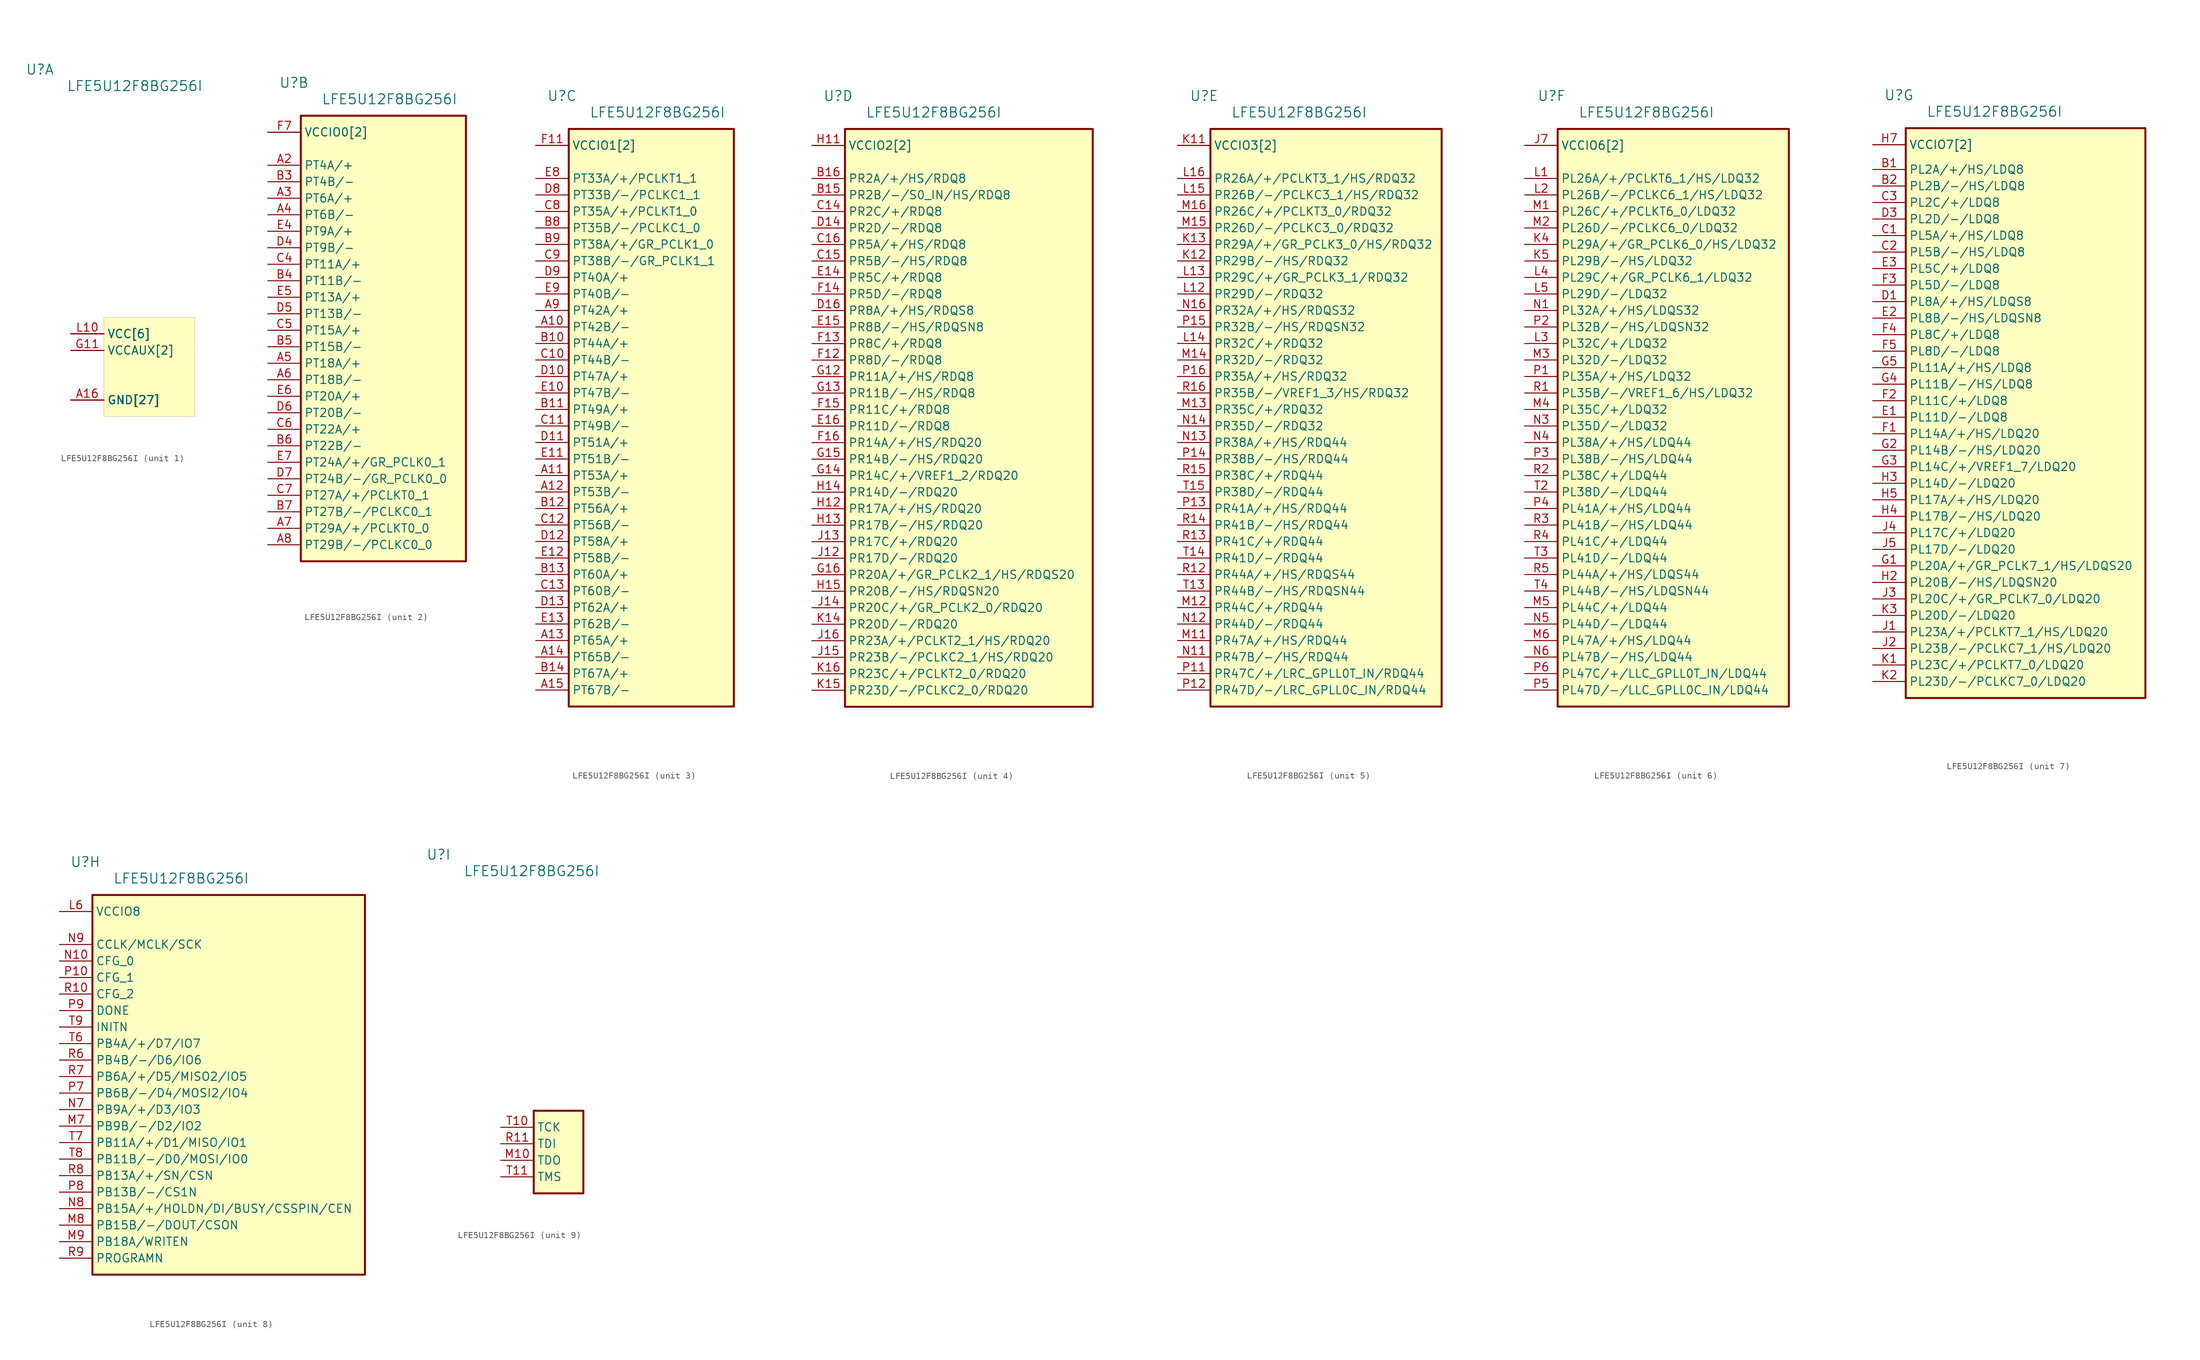
<source format=kicad_sym>
(kicad_symbol_lib
  (version 20231120)
  (generator "kicad_symbol_editor")
  (generator_version "8.0")
  (symbol "LFE5U12F8BG256I"
    (property "Reference" "U"
      (at -15.24 45.72 0)
      (effects (font (size 1.524 1.524)) (justify right)))
    (property "Value" "LFE5U12F8BG256I"
      (at 7.62 43.18 0)
      (effects (font (size 1.524 1.524)) (justify right)))
    (property "ki_locked" ""
      (at 0 0 0)
      (effects (font (size 1.27 1.27))))
    (symbol "LFE5U12F8BG256I_1_1"
      (rectangle (start -7.62 7.62) (end 6.35 -7.62) (stroke (width 0.001) (type default)) (fill (type background)))
      (pin power_in line (at -12.7 -5.08 0) (length 5.08) (name "GND[27]" (effects (font (size 1.27 1.27)))) (number "A1" (effects (font (size 0 0)))))
      (pin power_in line (at -12.7 -5.08 0) (length 5.08) (name "GND[27]" (effects (font (size 1.27 1.27)))) (number "A16" (effects (font (size 1.27 1.27)))))
      (pin power_in line (at -12.7 -5.08 0) (length 5.08) (name "GND[27]" (effects (font (size 1.27 1.27)))) (number "D15" (effects (font (size 0 0)))))
      (pin power_in line (at -12.7 -5.08 0) (length 5.08) (name "GND[27]" (effects (font (size 1.27 1.27)))) (number "D2" (effects (font (size 0 0)))))
      (pin power_in line (at -12.7 -5.08 0) (length 5.08) (name "GND[27]" (effects (font (size 1.27 1.27)))) (number "F8" (effects (font (size 0 0)))))
      (pin power_in line (at -12.7 -5.08 0) (length 5.08) (name "GND[27]" (effects (font (size 1.27 1.27)))) (number "F9" (effects (font (size 0 0)))))
      (pin power_in line (at -12.7 -5.08 0) (length 5.08) (name "GND[27]" (effects (font (size 1.27 1.27)))) (number "G10" (effects (font (size 0 0)))))
      (pin power_in line (at -12.7 2.54 0) (length 5.08) (name "VCCAUX[2]" (effects (font (size 1.27 1.27)))) (number "G11" (effects (font (size 1.27 1.27)))))
      (pin power_in line (at -12.7 5.08 0) (length 5.08) (name "VCC[6]" (effects (font (size 1.27 1.27)))) (number "G6" (effects (font (size 0 0)))))
      (pin power_in line (at -12.7 5.08 0) (length 5.08) (name "VCC[6]" (effects (font (size 1.27 1.27)))) (number "G7" (effects (font (size 0 0)))))
      (pin power_in line (at -12.7 -5.08 0) (length 5.08) (name "GND[27]" (effects (font (size 1.27 1.27)))) (number "G8" (effects (font (size 0 0)))))
      (pin power_in line (at -12.7 5.08 0) (length 5.08) (name "VCC[6]" (effects (font (size 1.27 1.27)))) (number "G9" (effects (font (size 0 0)))))
      (pin power_in line (at -12.7 -5.08 0) (length 5.08) (name "GND[27]" (effects (font (size 1.27 1.27)))) (number "H1" (effects (font (size 0 0)))))
      (pin power_in line (at -12.7 -5.08 0) (length 5.08) (name "GND[27]" (effects (font (size 1.27 1.27)))) (number "H10" (effects (font (size 0 0)))))
      (pin power_in line (at -12.7 -5.08 0) (length 5.08) (name "GND[27]" (effects (font (size 1.27 1.27)))) (number "H16" (effects (font (size 0 0)))))
      (pin power_in line (at -12.7 -5.08 0) (length 5.08) (name "GND[27]" (effects (font (size 1.27 1.27)))) (number "H8" (effects (font (size 0 0)))))
      (pin power_in line (at -12.7 -5.08 0) (length 5.08) (name "GND[27]" (effects (font (size 1.27 1.27)))) (number "H9" (effects (font (size 0 0)))))
      (pin power_in line (at -12.7 -5.08 0) (length 5.08) (name "GND[27]" (effects (font (size 1.27 1.27)))) (number "J10" (effects (font (size 0 0)))))
      (pin power_in line (at -12.7 -5.08 0) (length 5.08) (name "GND[27]" (effects (font (size 1.27 1.27)))) (number "J8" (effects (font (size 0 0)))))
      (pin power_in line (at -12.7 -5.08 0) (length 5.08) (name "GND[27]" (effects (font (size 1.27 1.27)))) (number "J9" (effects (font (size 0 0)))))
      (pin power_in line (at -12.7 -5.08 0) (length 5.08) (name "GND[27]" (effects (font (size 1.27 1.27)))) (number "K10" (effects (font (size 0 0)))))
      (pin power_in line (at -12.7 -5.08 0) (length 5.08) (name "GND[27]" (effects (font (size 1.27 1.27)))) (number "K6" (effects (font (size 0 0)))))
      (pin power_in line (at -12.7 -5.08 0) (length 5.08) (name "GND[27]" (effects (font (size 1.27 1.27)))) (number "K7" (effects (font (size 0 0)))))
      (pin power_in line (at -12.7 -5.08 0) (length 5.08) (name "GND[27]" (effects (font (size 1.27 1.27)))) (number "K8" (effects (font (size 0 0)))))
      (pin power_in line (at -12.7 -5.08 0) (length 5.08) (name "GND[27]" (effects (font (size 1.27 1.27)))) (number "K9" (effects (font (size 0 0)))))
      (pin power_in line (at -12.7 5.08 0) (length 5.08) (name "VCC[6]" (effects (font (size 1.27 1.27)))) (number "L10" (effects (font (size 1.27 1.27)))))
      (pin power_in line (at -12.7 2.54 0) (length 5.08) (name "VCCAUX[2]" (effects (font (size 1.27 1.27)))) (number "L7" (effects (font (size 0 0)))))
      (pin power_in line (at -12.7 5.08 0) (length 5.08) (name "VCC[6]" (effects (font (size 1.27 1.27)))) (number "L8" (effects (font (size 0 0)))))
      (pin power_in line (at -12.7 5.08 0) (length 5.08) (name "VCC[6]" (effects (font (size 1.27 1.27)))) (number "L9" (effects (font (size 0 0)))))
      (pin power_in line (at -12.7 -5.08 0) (length 5.08) (name "GND[27]" (effects (font (size 1.27 1.27)))) (number "N15" (effects (font (size 0 0)))))
      (pin power_in line (at -12.7 -5.08 0) (length 5.08) (name "GND[27]" (effects (font (size 1.27 1.27)))) (number "N2" (effects (font (size 0 0)))))
      (pin power_in line (at -12.7 -5.08 0) (length 5.08) (name "GND[27]" (effects (font (size 1.27 1.27)))) (number "T1" (effects (font (size 0 0)))))
      (pin power_in line (at -12.7 -5.08 0) (length 5.08) (name "GND[27]" (effects (font (size 1.27 1.27)))) (number "T12" (effects (font (size 0 0)))))
      (pin power_in line (at -12.7 -5.08 0) (length 5.08) (name "GND[27]" (effects (font (size 1.27 1.27)))) (number "T16" (effects (font (size 0 0)))))
      (pin power_in line (at -12.7 -5.08 0) (length 5.08) (name "GND[27]" (effects (font (size 1.27 1.27)))) (number "T5" (effects (font (size 0 0))))))
    (symbol "LFE5U12F8BG256I_2_1"
      (rectangle (start -16.51 40.64) (end 8.89 -27.94) (stroke (width 0.305) (type default)) (fill (type background)))
      (pin bidirectional line (at -21.59 33.02 0) (length 5.08) (name "PT4A/+" (effects (font (size 1.27 1.27)))) (number "A2" (effects (font (size 1.27 1.27)))))
      (pin bidirectional line (at -21.59 27.94 0) (length 5.08) (name "PT6A/+" (effects (font (size 1.27 1.27)))) (number "A3" (effects (font (size 1.27 1.27)))))
      (pin bidirectional line (at -21.59 25.4 0) (length 5.08) (name "PT6B/-" (effects (font (size 1.27 1.27)))) (number "A4" (effects (font (size 1.27 1.27)))))
      (pin bidirectional line (at -21.59 2.54 0) (length 5.08) (name "PT18A/+" (effects (font (size 1.27 1.27)))) (number "A5" (effects (font (size 1.27 1.27)))))
      (pin bidirectional line (at -21.59 0 0) (length 5.08) (name "PT18B/-" (effects (font (size 1.27 1.27)))) (number "A6" (effects (font (size 1.27 1.27)))))
      (pin bidirectional line (at -21.59 -22.86 0) (length 5.08) (name "PT29A/+/PCLKT0_0" (effects (font (size 1.27 1.27)))) (number "A7" (effects (font (size 1.27 1.27)))))
      (pin bidirectional line (at -21.59 -25.4 0) (length 5.08) (name "PT29B/-/PCLKC0_0" (effects (font (size 1.27 1.27)))) (number "A8" (effects (font (size 1.27 1.27)))))
      (pin bidirectional line (at -21.59 30.48 0) (length 5.08) (name "PT4B/-" (effects (font (size 1.27 1.27)))) (number "B3" (effects (font (size 1.27 1.27)))))
      (pin bidirectional line (at -21.59 15.24 0) (length 5.08) (name "PT11B/-" (effects (font (size 1.27 1.27)))) (number "B4" (effects (font (size 1.27 1.27)))))
      (pin bidirectional line (at -21.59 5.08 0) (length 5.08) (name "PT15B/-" (effects (font (size 1.27 1.27)))) (number "B5" (effects (font (size 1.27 1.27)))))
      (pin bidirectional line (at -21.59 -10.16 0) (length 5.08) (name "PT22B/-" (effects (font (size 1.27 1.27)))) (number "B6" (effects (font (size 1.27 1.27)))))
      (pin bidirectional line (at -21.59 -20.32 0) (length 5.08) (name "PT27B/-/PCLKC0_1" (effects (font (size 1.27 1.27)))) (number "B7" (effects (font (size 1.27 1.27)))))
      (pin bidirectional line (at -21.59 17.78 0) (length 5.08) (name "PT11A/+" (effects (font (size 1.27 1.27)))) (number "C4" (effects (font (size 1.27 1.27)))))
      (pin bidirectional line (at -21.59 7.62 0) (length 5.08) (name "PT15A/+" (effects (font (size 1.27 1.27)))) (number "C5" (effects (font (size 1.27 1.27)))))
      (pin bidirectional line (at -21.59 -7.62 0) (length 5.08) (name "PT22A/+" (effects (font (size 1.27 1.27)))) (number "C6" (effects (font (size 1.27 1.27)))))
      (pin bidirectional line (at -21.59 -17.78 0) (length 5.08) (name "PT27A/+/PCLKT0_1" (effects (font (size 1.27 1.27)))) (number "C7" (effects (font (size 1.27 1.27)))))
      (pin bidirectional line (at -21.59 20.32 0) (length 5.08) (name "PT9B/-" (effects (font (size 1.27 1.27)))) (number "D4" (effects (font (size 1.27 1.27)))))
      (pin bidirectional line (at -21.59 10.16 0) (length 5.08) (name "PT13B/-" (effects (font (size 1.27 1.27)))) (number "D5" (effects (font (size 1.27 1.27)))))
      (pin bidirectional line (at -21.59 -5.08 0) (length 5.08) (name "PT20B/-" (effects (font (size 1.27 1.27)))) (number "D6" (effects (font (size 1.27 1.27)))))
      (pin bidirectional line (at -21.59 -15.24 0) (length 5.08) (name "PT24B/-/GR_PCLK0_0" (effects (font (size 1.27 1.27)))) (number "D7" (effects (font (size 1.27 1.27)))))
      (pin bidirectional line (at -21.59 22.86 0) (length 5.08) (name "PT9A/+" (effects (font (size 1.27 1.27)))) (number "E4" (effects (font (size 1.27 1.27)))))
      (pin bidirectional line (at -21.59 12.7 0) (length 5.08) (name "PT13A/+" (effects (font (size 1.27 1.27)))) (number "E5" (effects (font (size 1.27 1.27)))))
      (pin bidirectional line (at -21.59 -2.54 0) (length 5.08) (name "PT20A/+" (effects (font (size 1.27 1.27)))) (number "E6" (effects (font (size 1.27 1.27)))))
      (pin bidirectional line (at -21.59 -12.7 0) (length 5.08) (name "PT24A/+/GR_PCLK0_1" (effects (font (size 1.27 1.27)))) (number "E7" (effects (font (size 1.27 1.27)))))
      (pin power_in line (at -21.59 38.1 0) (length 5.08) (name "VCCIO0[2]" (effects (font (size 1.27 1.27)))) (number "F6" (effects (font (size 0 0)))))
      (pin power_in line (at -21.59 38.1 0) (length 5.08) (name "VCCIO0[2]" (effects (font (size 1.27 1.27)))) (number "F7" (effects (font (size 1.27 1.27))))))
    (symbol "LFE5U12F8BG256I_3_1"
      (rectangle (start -16.51 40.64) (end 8.89 -48.26) (stroke (width 0.305) (type default)) (fill (type background)))
      (pin bidirectional line (at -21.59 10.16 0) (length 5.08) (name "PT42B/-" (effects (font (size 1.27 1.27)))) (number "A10" (effects (font (size 1.27 1.27)))))
      (pin bidirectional line (at -21.59 -12.7 0) (length 5.08) (name "PT53A/+" (effects (font (size 1.27 1.27)))) (number "A11" (effects (font (size 1.27 1.27)))))
      (pin bidirectional line (at -21.59 -15.24 0) (length 5.08) (name "PT53B/-" (effects (font (size 1.27 1.27)))) (number "A12" (effects (font (size 1.27 1.27)))))
      (pin bidirectional line (at -21.59 -38.1 0) (length 5.08) (name "PT65A/+" (effects (font (size 1.27 1.27)))) (number "A13" (effects (font (size 1.27 1.27)))))
      (pin bidirectional line (at -21.59 -40.64 0) (length 5.08) (name "PT65B/-" (effects (font (size 1.27 1.27)))) (number "A14" (effects (font (size 1.27 1.27)))))
      (pin bidirectional line (at -21.59 -45.72 0) (length 5.08) (name "PT67B/-" (effects (font (size 1.27 1.27)))) (number "A15" (effects (font (size 1.27 1.27)))))
      (pin bidirectional line (at -21.59 12.7 0) (length 5.08) (name "PT42A/+" (effects (font (size 1.27 1.27)))) (number "A9" (effects (font (size 1.27 1.27)))))
      (pin bidirectional line (at -21.59 7.62 0) (length 5.08) (name "PT44A/+" (effects (font (size 1.27 1.27)))) (number "B10" (effects (font (size 1.27 1.27)))))
      (pin bidirectional line (at -21.59 -2.54 0) (length 5.08) (name "PT49A/+" (effects (font (size 1.27 1.27)))) (number "B11" (effects (font (size 1.27 1.27)))))
      (pin bidirectional line (at -21.59 -17.78 0) (length 5.08) (name "PT56A/+" (effects (font (size 1.27 1.27)))) (number "B12" (effects (font (size 1.27 1.27)))))
      (pin bidirectional line (at -21.59 -27.94 0) (length 5.08) (name "PT60A/+" (effects (font (size 1.27 1.27)))) (number "B13" (effects (font (size 1.27 1.27)))))
      (pin bidirectional line (at -21.59 -43.18 0) (length 5.08) (name "PT67A/+" (effects (font (size 1.27 1.27)))) (number "B14" (effects (font (size 1.27 1.27)))))
      (pin bidirectional line (at -21.59 25.4 0) (length 5.08) (name "PT35B/-/PCLKC1_0" (effects (font (size 1.27 1.27)))) (number "B8" (effects (font (size 1.27 1.27)))))
      (pin bidirectional line (at -21.59 22.86 0) (length 5.08) (name "PT38A/+/GR_PCLK1_0" (effects (font (size 1.27 1.27)))) (number "B9" (effects (font (size 1.27 1.27)))))
      (pin bidirectional line (at -21.59 5.08 0) (length 5.08) (name "PT44B/-" (effects (font (size 1.27 1.27)))) (number "C10" (effects (font (size 1.27 1.27)))))
      (pin bidirectional line (at -21.59 -5.08 0) (length 5.08) (name "PT49B/-" (effects (font (size 1.27 1.27)))) (number "C11" (effects (font (size 1.27 1.27)))))
      (pin bidirectional line (at -21.59 -20.32 0) (length 5.08) (name "PT56B/-" (effects (font (size 1.27 1.27)))) (number "C12" (effects (font (size 1.27 1.27)))))
      (pin bidirectional line (at -21.59 -30.48 0) (length 5.08) (name "PT60B/-" (effects (font (size 1.27 1.27)))) (number "C13" (effects (font (size 1.27 1.27)))))
      (pin bidirectional line (at -21.59 27.94 0) (length 5.08) (name "PT35A/+/PCLKT1_0" (effects (font (size 1.27 1.27)))) (number "C8" (effects (font (size 1.27 1.27)))))
      (pin bidirectional line (at -21.59 20.32 0) (length 5.08) (name "PT38B/-/GR_PCLK1_1" (effects (font (size 1.27 1.27)))) (number "C9" (effects (font (size 1.27 1.27)))))
      (pin bidirectional line (at -21.59 2.54 0) (length 5.08) (name "PT47A/+" (effects (font (size 1.27 1.27)))) (number "D10" (effects (font (size 1.27 1.27)))))
      (pin bidirectional line (at -21.59 -7.62 0) (length 5.08) (name "PT51A/+" (effects (font (size 1.27 1.27)))) (number "D11" (effects (font (size 1.27 1.27)))))
      (pin bidirectional line (at -21.59 -22.86 0) (length 5.08) (name "PT58A/+" (effects (font (size 1.27 1.27)))) (number "D12" (effects (font (size 1.27 1.27)))))
      (pin bidirectional line (at -21.59 -33.02 0) (length 5.08) (name "PT62A/+" (effects (font (size 1.27 1.27)))) (number "D13" (effects (font (size 1.27 1.27)))))
      (pin bidirectional line (at -21.59 30.48 0) (length 5.08) (name "PT33B/-/PCLKC1_1" (effects (font (size 1.27 1.27)))) (number "D8" (effects (font (size 1.27 1.27)))))
      (pin bidirectional line (at -21.59 17.78 0) (length 5.08) (name "PT40A/+" (effects (font (size 1.27 1.27)))) (number "D9" (effects (font (size 1.27 1.27)))))
      (pin bidirectional line (at -21.59 0 0) (length 5.08) (name "PT47B/-" (effects (font (size 1.27 1.27)))) (number "E10" (effects (font (size 1.27 1.27)))))
      (pin bidirectional line (at -21.59 -10.16 0) (length 5.08) (name "PT51B/-" (effects (font (size 1.27 1.27)))) (number "E11" (effects (font (size 1.27 1.27)))))
      (pin bidirectional line (at -21.59 -25.4 0) (length 5.08) (name "PT58B/-" (effects (font (size 1.27 1.27)))) (number "E12" (effects (font (size 1.27 1.27)))))
      (pin bidirectional line (at -21.59 -35.56 0) (length 5.08) (name "PT62B/-" (effects (font (size 1.27 1.27)))) (number "E13" (effects (font (size 1.27 1.27)))))
      (pin bidirectional line (at -21.59 33.02 0) (length 5.08) (name "PT33A/+/PCLKT1_1" (effects (font (size 1.27 1.27)))) (number "E8" (effects (font (size 1.27 1.27)))))
      (pin bidirectional line (at -21.59 15.24 0) (length 5.08) (name "PT40B/-" (effects (font (size 1.27 1.27)))) (number "E9" (effects (font (size 1.27 1.27)))))
      (pin power_in line (at -21.59 38.1 0) (length 5.08) (name "VCCIO1[2]" (effects (font (size 1.27 1.27)))) (number "F10" (effects (font (size 0 0)))))
      (pin power_in line (at -21.59 38.1 0) (length 5.08) (name "VCCIO1[2]" (effects (font (size 1.27 1.27)))) (number "F11" (effects (font (size 1.27 1.27))))))
    (symbol "LFE5U12F8BG256I_4_1"
      (rectangle (start -16.51 40.64) (end 21.59 -48.26) (stroke (width 0.305) (type default)) (fill (type background)))
      (pin bidirectional line (at -21.59 30.48 0) (length 5.08) (name "PR2B/-/S0_IN/HS/RDQ8" (effects (font (size 1.27 1.27)))) (number "B15" (effects (font (size 1.27 1.27)))))
      (pin bidirectional line (at -21.59 33.02 0) (length 5.08) (name "PR2A/+/HS/RDQ8" (effects (font (size 1.27 1.27)))) (number "B16" (effects (font (size 1.27 1.27)))))
      (pin bidirectional line (at -21.59 27.94 0) (length 5.08) (name "PR2C/+/RDQ8" (effects (font (size 1.27 1.27)))) (number "C14" (effects (font (size 1.27 1.27)))))
      (pin bidirectional line (at -21.59 20.32 0) (length 5.08) (name "PR5B/-/HS/RDQ8" (effects (font (size 1.27 1.27)))) (number "C15" (effects (font (size 1.27 1.27)))))
      (pin bidirectional line (at -21.59 22.86 0) (length 5.08) (name "PR5A/+/HS/RDQ8" (effects (font (size 1.27 1.27)))) (number "C16" (effects (font (size 1.27 1.27)))))
      (pin bidirectional line (at -21.59 25.4 0) (length 5.08) (name "PR2D/-/RDQ8" (effects (font (size 1.27 1.27)))) (number "D14" (effects (font (size 1.27 1.27)))))
      (pin bidirectional line (at -21.59 12.7 0) (length 5.08) (name "PR8A/+/HS/RDQS8" (effects (font (size 1.27 1.27)))) (number "D16" (effects (font (size 1.27 1.27)))))
      (pin bidirectional line (at -21.59 17.78 0) (length 5.08) (name "PR5C/+/RDQ8" (effects (font (size 1.27 1.27)))) (number "E14" (effects (font (size 1.27 1.27)))))
      (pin bidirectional line (at -21.59 10.16 0) (length 5.08) (name "PR8B/-/HS/RDQSN8" (effects (font (size 1.27 1.27)))) (number "E15" (effects (font (size 1.27 1.27)))))
      (pin bidirectional line (at -21.59 -5.08 0) (length 5.08) (name "PR11D/-/RDQ8" (effects (font (size 1.27 1.27)))) (number "E16" (effects (font (size 1.27 1.27)))))
      (pin bidirectional line (at -21.59 5.08 0) (length 5.08) (name "PR8D/-/RDQ8" (effects (font (size 1.27 1.27)))) (number "F12" (effects (font (size 1.27 1.27)))))
      (pin bidirectional line (at -21.59 7.62 0) (length 5.08) (name "PR8C/+/RDQ8" (effects (font (size 1.27 1.27)))) (number "F13" (effects (font (size 1.27 1.27)))))
      (pin bidirectional line (at -21.59 15.24 0) (length 5.08) (name "PR5D/-/RDQ8" (effects (font (size 1.27 1.27)))) (number "F14" (effects (font (size 1.27 1.27)))))
      (pin bidirectional line (at -21.59 -2.54 0) (length 5.08) (name "PR11C/+/RDQ8" (effects (font (size 1.27 1.27)))) (number "F15" (effects (font (size 1.27 1.27)))))
      (pin bidirectional line (at -21.59 -7.62 0) (length 5.08) (name "PR14A/+/HS/RDQ20" (effects (font (size 1.27 1.27)))) (number "F16" (effects (font (size 1.27 1.27)))))
      (pin bidirectional line (at -21.59 2.54 0) (length 5.08) (name "PR11A/+/HS/RDQ8" (effects (font (size 1.27 1.27)))) (number "G12" (effects (font (size 1.27 1.27)))))
      (pin bidirectional line (at -21.59 0 0) (length 5.08) (name "PR11B/-/HS/RDQ8" (effects (font (size 1.27 1.27)))) (number "G13" (effects (font (size 1.27 1.27)))))
      (pin bidirectional line (at -21.59 -12.7 0) (length 5.08) (name "PR14C/+/VREF1_2/RDQ20" (effects (font (size 1.27 1.27)))) (number "G14" (effects (font (size 1.27 1.27)))))
      (pin bidirectional line (at -21.59 -10.16 0) (length 5.08) (name "PR14B/-/HS/RDQ20" (effects (font (size 1.27 1.27)))) (number "G15" (effects (font (size 1.27 1.27)))))
      (pin bidirectional line (at -21.59 -27.94 0) (length 5.08) (name "PR20A/+/GR_PCLK2_1/HS/RDQS20" (effects (font (size 1.27 1.27)))) (number "G16" (effects (font (size 1.27 1.27)))))
      (pin power_in line (at -21.59 38.1 0) (length 5.08) (name "VCCIO2[2]" (effects (font (size 1.27 1.27)))) (number "H11" (effects (font (size 1.27 1.27)))))
      (pin bidirectional line (at -21.59 -17.78 0) (length 5.08) (name "PR17A/+/HS/RDQ20" (effects (font (size 1.27 1.27)))) (number "H12" (effects (font (size 1.27 1.27)))))
      (pin bidirectional line (at -21.59 -20.32 0) (length 5.08) (name "PR17B/-/HS/RDQ20" (effects (font (size 1.27 1.27)))) (number "H13" (effects (font (size 1.27 1.27)))))
      (pin bidirectional line (at -21.59 -15.24 0) (length 5.08) (name "PR14D/-/RDQ20" (effects (font (size 1.27 1.27)))) (number "H14" (effects (font (size 1.27 1.27)))))
      (pin bidirectional line (at -21.59 -30.48 0) (length 5.08) (name "PR20B/-/HS/RDQSN20" (effects (font (size 1.27 1.27)))) (number "H15" (effects (font (size 1.27 1.27)))))
      (pin power_in line (at -21.59 38.1 0) (length 5.08) (name "VCCIO2[2]" (effects (font (size 1.27 1.27)))) (number "J11" (effects (font (size 0 0)))))
      (pin bidirectional line (at -21.59 -25.4 0) (length 5.08) (name "PR17D/-/RDQ20" (effects (font (size 1.27 1.27)))) (number "J12" (effects (font (size 1.27 1.27)))))
      (pin bidirectional line (at -21.59 -22.86 0) (length 5.08) (name "PR17C/+/RDQ20" (effects (font (size 1.27 1.27)))) (number "J13" (effects (font (size 1.27 1.27)))))
      (pin bidirectional line (at -21.59 -33.02 0) (length 5.08) (name "PR20C/+/GR_PCLK2_0/RDQ20" (effects (font (size 1.27 1.27)))) (number "J14" (effects (font (size 1.27 1.27)))))
      (pin bidirectional line (at -21.59 -40.64 0) (length 5.08) (name "PR23B/-/PCLKC2_1/HS/RDQ20" (effects (font (size 1.27 1.27)))) (number "J15" (effects (font (size 1.27 1.27)))))
      (pin bidirectional line (at -21.59 -38.1 0) (length 5.08) (name "PR23A/+/PCLKT2_1/HS/RDQ20" (effects (font (size 1.27 1.27)))) (number "J16" (effects (font (size 1.27 1.27)))))
      (pin bidirectional line (at -21.59 -35.56 0) (length 5.08) (name "PR20D/-/RDQ20" (effects (font (size 1.27 1.27)))) (number "K14" (effects (font (size 1.27 1.27)))))
      (pin bidirectional line (at -21.59 -45.72 0) (length 5.08) (name "PR23D/-/PCLKC2_0/RDQ20" (effects (font (size 1.27 1.27)))) (number "K15" (effects (font (size 1.27 1.27)))))
      (pin bidirectional line (at -21.59 -43.18 0) (length 5.08) (name "PR23C/+/PCLKT2_0/RDQ20" (effects (font (size 1.27 1.27)))) (number "K16" (effects (font (size 1.27 1.27))))))
    (symbol "LFE5U12F8BG256I_5_1"
      (rectangle (start -16.51 40.64) (end 19.05 -48.26) (stroke (width 0.305) (type default)) (fill (type background)))
      (pin power_in line (at -21.59 38.1 0) (length 5.08) (name "VCCIO3[2]" (effects (font (size 1.27 1.27)))) (number "K11" (effects (font (size 1.27 1.27)))))
      (pin bidirectional line (at -21.59 20.32 0) (length 5.08) (name "PR29B/-/HS/RDQ32" (effects (font (size 1.27 1.27)))) (number "K12" (effects (font (size 1.27 1.27)))))
      (pin bidirectional line (at -21.59 22.86 0) (length 5.08) (name "PR29A/+/GR_PCLK3_0/HS/RDQ32" (effects (font (size 1.27 1.27)))) (number "K13" (effects (font (size 1.27 1.27)))))
      (pin power_in line (at -21.59 38.1 0) (length 5.08) (name "VCCIO3[2]" (effects (font (size 1.27 1.27)))) (number "L11" (effects (font (size 0 0)))))
      (pin bidirectional line (at -21.59 15.24 0) (length 5.08) (name "PR29D/-/RDQ32" (effects (font (size 1.27 1.27)))) (number "L12" (effects (font (size 1.27 1.27)))))
      (pin bidirectional line (at -21.59 17.78 0) (length 5.08) (name "PR29C/+/GR_PCLK3_1/RDQ32" (effects (font (size 1.27 1.27)))) (number "L13" (effects (font (size 1.27 1.27)))))
      (pin bidirectional line (at -21.59 7.62 0) (length 5.08) (name "PR32C/+/RDQ32" (effects (font (size 1.27 1.27)))) (number "L14" (effects (font (size 1.27 1.27)))))
      (pin bidirectional line (at -21.59 30.48 0) (length 5.08) (name "PR26B/-/PCLKC3_1/HS/RDQ32" (effects (font (size 1.27 1.27)))) (number "L15" (effects (font (size 1.27 1.27)))))
      (pin bidirectional line (at -21.59 33.02 0) (length 5.08) (name "PR26A/+/PCLKT3_1/HS/RDQ32" (effects (font (size 1.27 1.27)))) (number "L16" (effects (font (size 1.27 1.27)))))
      (pin bidirectional line (at -21.59 -38.1 0) (length 5.08) (name "PR47A/+/HS/RDQ44" (effects (font (size 1.27 1.27)))) (number "M11" (effects (font (size 1.27 1.27)))))
      (pin bidirectional line (at -21.59 -33.02 0) (length 5.08) (name "PR44C/+/RDQ44" (effects (font (size 1.27 1.27)))) (number "M12" (effects (font (size 1.27 1.27)))))
      (pin bidirectional line (at -21.59 -2.54 0) (length 5.08) (name "PR35C/+/RDQ32" (effects (font (size 1.27 1.27)))) (number "M13" (effects (font (size 1.27 1.27)))))
      (pin bidirectional line (at -21.59 5.08 0) (length 5.08) (name "PR32D/-/RDQ32" (effects (font (size 1.27 1.27)))) (number "M14" (effects (font (size 1.27 1.27)))))
      (pin bidirectional line (at -21.59 25.4 0) (length 5.08) (name "PR26D/-/PCLKC3_0/RDQ32" (effects (font (size 1.27 1.27)))) (number "M15" (effects (font (size 1.27 1.27)))))
      (pin bidirectional line (at -21.59 27.94 0) (length 5.08) (name "PR26C/+/PCLKT3_0/RDQ32" (effects (font (size 1.27 1.27)))) (number "M16" (effects (font (size 1.27 1.27)))))
      (pin bidirectional line (at -21.59 -40.64 0) (length 5.08) (name "PR47B/-/HS/RDQ44" (effects (font (size 1.27 1.27)))) (number "N11" (effects (font (size 1.27 1.27)))))
      (pin bidirectional line (at -21.59 -35.56 0) (length 5.08) (name "PR44D/-/RDQ44" (effects (font (size 1.27 1.27)))) (number "N12" (effects (font (size 1.27 1.27)))))
      (pin bidirectional line (at -21.59 -7.62 0) (length 5.08) (name "PR38A/+/HS/RDQ44" (effects (font (size 1.27 1.27)))) (number "N13" (effects (font (size 1.27 1.27)))))
      (pin bidirectional line (at -21.59 -5.08 0) (length 5.08) (name "PR35D/-/RDQ32" (effects (font (size 1.27 1.27)))) (number "N14" (effects (font (size 1.27 1.27)))))
      (pin bidirectional line (at -21.59 12.7 0) (length 5.08) (name "PR32A/+/HS/RDQS32" (effects (font (size 1.27 1.27)))) (number "N16" (effects (font (size 1.27 1.27)))))
      (pin bidirectional line (at -21.59 -43.18 0) (length 5.08) (name "PR47C/+/LRC_GPLL0T_IN/RDQ44" (effects (font (size 1.27 1.27)))) (number "P11" (effects (font (size 1.27 1.27)))))
      (pin bidirectional line (at -21.59 -45.72 0) (length 5.08) (name "PR47D/-/LRC_GPLL0C_IN/RDQ44" (effects (font (size 1.27 1.27)))) (number "P12" (effects (font (size 1.27 1.27)))))
      (pin bidirectional line (at -21.59 -17.78 0) (length 5.08) (name "PR41A/+/HS/RDQ44" (effects (font (size 1.27 1.27)))) (number "P13" (effects (font (size 1.27 1.27)))))
      (pin bidirectional line (at -21.59 -10.16 0) (length 5.08) (name "PR38B/-/HS/RDQ44" (effects (font (size 1.27 1.27)))) (number "P14" (effects (font (size 1.27 1.27)))))
      (pin bidirectional line (at -21.59 10.16 0) (length 5.08) (name "PR32B/-/HS/RDQSN32" (effects (font (size 1.27 1.27)))) (number "P15" (effects (font (size 1.27 1.27)))))
      (pin bidirectional line (at -21.59 2.54 0) (length 5.08) (name "PR35A/+/HS/RDQ32" (effects (font (size 1.27 1.27)))) (number "P16" (effects (font (size 1.27 1.27)))))
      (pin bidirectional line (at -21.59 -27.94 0) (length 5.08) (name "PR44A/+/HS/RDQS44" (effects (font (size 1.27 1.27)))) (number "R12" (effects (font (size 1.27 1.27)))))
      (pin bidirectional line (at -21.59 -22.86 0) (length 5.08) (name "PR41C/+/RDQ44" (effects (font (size 1.27 1.27)))) (number "R13" (effects (font (size 1.27 1.27)))))
      (pin bidirectional line (at -21.59 -20.32 0) (length 5.08) (name "PR41B/-/HS/RDQ44" (effects (font (size 1.27 1.27)))) (number "R14" (effects (font (size 1.27 1.27)))))
      (pin bidirectional line (at -21.59 -12.7 0) (length 5.08) (name "PR38C/+/RDQ44" (effects (font (size 1.27 1.27)))) (number "R15" (effects (font (size 1.27 1.27)))))
      (pin bidirectional line (at -21.59 0 0) (length 5.08) (name "PR35B/-/VREF1_3/HS/RDQ32" (effects (font (size 1.27 1.27)))) (number "R16" (effects (font (size 1.27 1.27)))))
      (pin bidirectional line (at -21.59 -30.48 0) (length 5.08) (name "PR44B/-/HS/RDQSN44" (effects (font (size 1.27 1.27)))) (number "T13" (effects (font (size 1.27 1.27)))))
      (pin bidirectional line (at -21.59 -25.4 0) (length 5.08) (name "PR41D/-/RDQ44" (effects (font (size 1.27 1.27)))) (number "T14" (effects (font (size 1.27 1.27)))))
      (pin bidirectional line (at -21.59 -15.24 0) (length 5.08) (name "PR38D/-/RDQ44" (effects (font (size 1.27 1.27)))) (number "T15" (effects (font (size 1.27 1.27))))))
    (symbol "LFE5U12F8BG256I_6_1"
      (rectangle (start -16.51 40.64) (end 19.05 -48.26) (stroke (width 0.305) (type default)) (fill (type background)))
      (pin power_in line (at -21.59 38.1 0) (length 5.08) (name "VCCIO6[2]" (effects (font (size 1.27 1.27)))) (number "J6" (effects (font (size 0 0)))))
      (pin power_in line (at -21.59 38.1 0) (length 5.08) (name "VCCIO6[2]" (effects (font (size 1.27 1.27)))) (number "J7" (effects (font (size 1.27 1.27)))))
      (pin bidirectional line (at -21.59 22.86 0) (length 5.08) (name "PL29A/+/GR_PCLK6_0/HS/LDQ32" (effects (font (size 1.27 1.27)))) (number "K4" (effects (font (size 1.27 1.27)))))
      (pin bidirectional line (at -21.59 20.32 0) (length 5.08) (name "PL29B/-/HS/LDQ32" (effects (font (size 1.27 1.27)))) (number "K5" (effects (font (size 1.27 1.27)))))
      (pin bidirectional line (at -21.59 33.02 0) (length 5.08) (name "PL26A/+/PCLKT6_1/HS/LDQ32" (effects (font (size 1.27 1.27)))) (number "L1" (effects (font (size 1.27 1.27)))))
      (pin bidirectional line (at -21.59 30.48 0) (length 5.08) (name "PL26B/-/PCLKC6_1/HS/LDQ32" (effects (font (size 1.27 1.27)))) (number "L2" (effects (font (size 1.27 1.27)))))
      (pin bidirectional line (at -21.59 7.62 0) (length 5.08) (name "PL32C/+/LDQ32" (effects (font (size 1.27 1.27)))) (number "L3" (effects (font (size 1.27 1.27)))))
      (pin bidirectional line (at -21.59 17.78 0) (length 5.08) (name "PL29C/+/GR_PCLK6_1/LDQ32" (effects (font (size 1.27 1.27)))) (number "L4" (effects (font (size 1.27 1.27)))))
      (pin bidirectional line (at -21.59 15.24 0) (length 5.08) (name "PL29D/-/LDQ32" (effects (font (size 1.27 1.27)))) (number "L5" (effects (font (size 1.27 1.27)))))
      (pin bidirectional line (at -21.59 27.94 0) (length 5.08) (name "PL26C/+/PCLKT6_0/LDQ32" (effects (font (size 1.27 1.27)))) (number "M1" (effects (font (size 1.27 1.27)))))
      (pin bidirectional line (at -21.59 25.4 0) (length 5.08) (name "PL26D/-/PCLKC6_0/LDQ32" (effects (font (size 1.27 1.27)))) (number "M2" (effects (font (size 1.27 1.27)))))
      (pin bidirectional line (at -21.59 5.08 0) (length 5.08) (name "PL32D/-/LDQ32" (effects (font (size 1.27 1.27)))) (number "M3" (effects (font (size 1.27 1.27)))))
      (pin bidirectional line (at -21.59 -2.54 0) (length 5.08) (name "PL35C/+/LDQ32" (effects (font (size 1.27 1.27)))) (number "M4" (effects (font (size 1.27 1.27)))))
      (pin bidirectional line (at -21.59 -33.02 0) (length 5.08) (name "PL44C/+/LDQ44" (effects (font (size 1.27 1.27)))) (number "M5" (effects (font (size 1.27 1.27)))))
      (pin bidirectional line (at -21.59 -38.1 0) (length 5.08) (name "PL47A/+/HS/LDQ44" (effects (font (size 1.27 1.27)))) (number "M6" (effects (font (size 1.27 1.27)))))
      (pin bidirectional line (at -21.59 12.7 0) (length 5.08) (name "PL32A/+/HS/LDQS32" (effects (font (size 1.27 1.27)))) (number "N1" (effects (font (size 1.27 1.27)))))
      (pin bidirectional line (at -21.59 -5.08 0) (length 5.08) (name "PL35D/-/LDQ32" (effects (font (size 1.27 1.27)))) (number "N3" (effects (font (size 1.27 1.27)))))
      (pin bidirectional line (at -21.59 -7.62 0) (length 5.08) (name "PL38A/+/HS/LDQ44" (effects (font (size 1.27 1.27)))) (number "N4" (effects (font (size 1.27 1.27)))))
      (pin bidirectional line (at -21.59 -35.56 0) (length 5.08) (name "PL44D/-/LDQ44" (effects (font (size 1.27 1.27)))) (number "N5" (effects (font (size 1.27 1.27)))))
      (pin bidirectional line (at -21.59 -40.64 0) (length 5.08) (name "PL47B/-/HS/LDQ44" (effects (font (size 1.27 1.27)))) (number "N6" (effects (font (size 1.27 1.27)))))
      (pin bidirectional line (at -21.59 2.54 0) (length 5.08) (name "PL35A/+/HS/LDQ32" (effects (font (size 1.27 1.27)))) (number "P1" (effects (font (size 1.27 1.27)))))
      (pin bidirectional line (at -21.59 10.16 0) (length 5.08) (name "PL32B/-/HS/LDQSN32" (effects (font (size 1.27 1.27)))) (number "P2" (effects (font (size 1.27 1.27)))))
      (pin bidirectional line (at -21.59 -10.16 0) (length 5.08) (name "PL38B/-/HS/LDQ44" (effects (font (size 1.27 1.27)))) (number "P3" (effects (font (size 1.27 1.27)))))
      (pin bidirectional line (at -21.59 -17.78 0) (length 5.08) (name "PL41A/+/HS/LDQ44" (effects (font (size 1.27 1.27)))) (number "P4" (effects (font (size 1.27 1.27)))))
      (pin bidirectional line (at -21.59 -45.72 0) (length 5.08) (name "PL47D/-/LLC_GPLL0C_IN/LDQ44" (effects (font (size 1.27 1.27)))) (number "P5" (effects (font (size 1.27 1.27)))))
      (pin bidirectional line (at -21.59 -43.18 0) (length 5.08) (name "PL47C/+/LLC_GPLL0T_IN/LDQ44" (effects (font (size 1.27 1.27)))) (number "P6" (effects (font (size 1.27 1.27)))))
      (pin bidirectional line (at -21.59 0 0) (length 5.08) (name "PL35B/-/VREF1_6/HS/LDQ32" (effects (font (size 1.27 1.27)))) (number "R1" (effects (font (size 1.27 1.27)))))
      (pin bidirectional line (at -21.59 -12.7 0) (length 5.08) (name "PL38C/+/LDQ44" (effects (font (size 1.27 1.27)))) (number "R2" (effects (font (size 1.27 1.27)))))
      (pin bidirectional line (at -21.59 -20.32 0) (length 5.08) (name "PL41B/-/HS/LDQ44" (effects (font (size 1.27 1.27)))) (number "R3" (effects (font (size 1.27 1.27)))))
      (pin bidirectional line (at -21.59 -22.86 0) (length 5.08) (name "PL41C/+/LDQ44" (effects (font (size 1.27 1.27)))) (number "R4" (effects (font (size 1.27 1.27)))))
      (pin bidirectional line (at -21.59 -27.94 0) (length 5.08) (name "PL44A/+/HS/LDQS44" (effects (font (size 1.27 1.27)))) (number "R5" (effects (font (size 1.27 1.27)))))
      (pin bidirectional line (at -21.59 -15.24 0) (length 5.08) (name "PL38D/-/LDQ44" (effects (font (size 1.27 1.27)))) (number "T2" (effects (font (size 1.27 1.27)))))
      (pin bidirectional line (at -21.59 -25.4 0) (length 5.08) (name "PL41D/-/LDQ44" (effects (font (size 1.27 1.27)))) (number "T3" (effects (font (size 1.27 1.27)))))
      (pin bidirectional line (at -21.59 -30.48 0) (length 5.08) (name "PL44B/-/HS/LDQSN44" (effects (font (size 1.27 1.27)))) (number "T4" (effects (font (size 1.27 1.27))))))
    (symbol "LFE5U12F8BG256I_7_1"
      (rectangle (start -16.51 40.64) (end 20.32 -46.99) (stroke (width 0.305) (type default)) (fill (type background)))
      (pin bidirectional line (at -21.59 34.29 0) (length 5.08) (name "PL2A/+/HS/LDQ8" (effects (font (size 1.27 1.27)))) (number "B1" (effects (font (size 1.27 1.27)))))
      (pin bidirectional line (at -21.59 31.75 0) (length 5.08) (name "PL2B/-/HS/LDQ8" (effects (font (size 1.27 1.27)))) (number "B2" (effects (font (size 1.27 1.27)))))
      (pin bidirectional line (at -21.59 24.13 0) (length 5.08) (name "PL5A/+/HS/LDQ8" (effects (font (size 1.27 1.27)))) (number "C1" (effects (font (size 1.27 1.27)))))
      (pin bidirectional line (at -21.59 21.59 0) (length 5.08) (name "PL5B/-/HS/LDQ8" (effects (font (size 1.27 1.27)))) (number "C2" (effects (font (size 1.27 1.27)))))
      (pin bidirectional line (at -21.59 29.21 0) (length 5.08) (name "PL2C/+/LDQ8" (effects (font (size 1.27 1.27)))) (number "C3" (effects (font (size 1.27 1.27)))))
      (pin bidirectional line (at -21.59 13.97 0) (length 5.08) (name "PL8A/+/HS/LDQS8" (effects (font (size 1.27 1.27)))) (number "D1" (effects (font (size 1.27 1.27)))))
      (pin bidirectional line (at -21.59 26.67 0) (length 5.08) (name "PL2D/-/LDQ8" (effects (font (size 1.27 1.27)))) (number "D3" (effects (font (size 1.27 1.27)))))
      (pin bidirectional line (at -21.59 -3.81 0) (length 5.08) (name "PL11D/-/LDQ8" (effects (font (size 1.27 1.27)))) (number "E1" (effects (font (size 1.27 1.27)))))
      (pin bidirectional line (at -21.59 11.43 0) (length 5.08) (name "PL8B/-/HS/LDQSN8" (effects (font (size 1.27 1.27)))) (number "E2" (effects (font (size 1.27 1.27)))))
      (pin bidirectional line (at -21.59 19.05 0) (length 5.08) (name "PL5C/+/LDQ8" (effects (font (size 1.27 1.27)))) (number "E3" (effects (font (size 1.27 1.27)))))
      (pin bidirectional line (at -21.59 -6.35 0) (length 5.08) (name "PL14A/+/HS/LDQ20" (effects (font (size 1.27 1.27)))) (number "F1" (effects (font (size 1.27 1.27)))))
      (pin bidirectional line (at -21.59 -1.27 0) (length 5.08) (name "PL11C/+/LDQ8" (effects (font (size 1.27 1.27)))) (number "F2" (effects (font (size 1.27 1.27)))))
      (pin bidirectional line (at -21.59 16.51 0) (length 5.08) (name "PL5D/-/LDQ8" (effects (font (size 1.27 1.27)))) (number "F3" (effects (font (size 1.27 1.27)))))
      (pin bidirectional line (at -21.59 8.89 0) (length 5.08) (name "PL8C/+/LDQ8" (effects (font (size 1.27 1.27)))) (number "F4" (effects (font (size 1.27 1.27)))))
      (pin bidirectional line (at -21.59 6.35 0) (length 5.08) (name "PL8D/-/LDQ8" (effects (font (size 1.27 1.27)))) (number "F5" (effects (font (size 1.27 1.27)))))
      (pin bidirectional line (at -21.59 -26.67 0) (length 5.08) (name "PL20A/+/GR_PCLK7_1/HS/LDQS20" (effects (font (size 1.27 1.27)))) (number "G1" (effects (font (size 1.27 1.27)))))
      (pin bidirectional line (at -21.59 -8.89 0) (length 5.08) (name "PL14B/-/HS/LDQ20" (effects (font (size 1.27 1.27)))) (number "G2" (effects (font (size 1.27 1.27)))))
      (pin bidirectional line (at -21.59 -11.43 0) (length 5.08) (name "PL14C/+/VREF1_7/LDQ20" (effects (font (size 1.27 1.27)))) (number "G3" (effects (font (size 1.27 1.27)))))
      (pin bidirectional line (at -21.59 1.27 0) (length 5.08) (name "PL11B/-/HS/LDQ8" (effects (font (size 1.27 1.27)))) (number "G4" (effects (font (size 1.27 1.27)))))
      (pin bidirectional line (at -21.59 3.81 0) (length 5.08) (name "PL11A/+/HS/LDQ8" (effects (font (size 1.27 1.27)))) (number "G5" (effects (font (size 1.27 1.27)))))
      (pin bidirectional line (at -21.59 -29.21 0) (length 5.08) (name "PL20B/-/HS/LDQSN20" (effects (font (size 1.27 1.27)))) (number "H2" (effects (font (size 1.27 1.27)))))
      (pin bidirectional line (at -21.59 -13.97 0) (length 5.08) (name "PL14D/-/LDQ20" (effects (font (size 1.27 1.27)))) (number "H3" (effects (font (size 1.27 1.27)))))
      (pin bidirectional line (at -21.59 -19.05 0) (length 5.08) (name "PL17B/-/HS/LDQ20" (effects (font (size 1.27 1.27)))) (number "H4" (effects (font (size 1.27 1.27)))))
      (pin bidirectional line (at -21.59 -16.51 0) (length 5.08) (name "PL17A/+/HS/LDQ20" (effects (font (size 1.27 1.27)))) (number "H5" (effects (font (size 1.27 1.27)))))
      (pin power_in line (at -21.59 38.1 0) (length 5.08) (name "VCCIO7[2]" (effects (font (size 1.27 1.27)))) (number "H6" (effects (font (size 0 0)))))
      (pin power_in line (at -21.59 38.1 0) (length 5.08) (name "VCCIO7[2]" (effects (font (size 1.27 1.27)))) (number "H7" (effects (font (size 1.27 1.27)))))
      (pin bidirectional line (at -21.59 -36.83 0) (length 5.08) (name "PL23A/+/PCLKT7_1/HS/LDQ20" (effects (font (size 1.27 1.27)))) (number "J1" (effects (font (size 1.27 1.27)))))
      (pin bidirectional line (at -21.59 -39.37 0) (length 5.08) (name "PL23B/-/PCLKC7_1/HS/LDQ20" (effects (font (size 1.27 1.27)))) (number "J2" (effects (font (size 1.27 1.27)))))
      (pin bidirectional line (at -21.59 -31.75 0) (length 5.08) (name "PL20C/+/GR_PCLK7_0/LDQ20" (effects (font (size 1.27 1.27)))) (number "J3" (effects (font (size 1.27 1.27)))))
      (pin bidirectional line (at -21.59 -21.59 0) (length 5.08) (name "PL17C/+/LDQ20" (effects (font (size 1.27 1.27)))) (number "J4" (effects (font (size 1.27 1.27)))))
      (pin bidirectional line (at -21.59 -24.13 0) (length 5.08) (name "PL17D/-/LDQ20" (effects (font (size 1.27 1.27)))) (number "J5" (effects (font (size 1.27 1.27)))))
      (pin bidirectional line (at -21.59 -41.91 0) (length 5.08) (name "PL23C/+/PCLKT7_0/LDQ20" (effects (font (size 1.27 1.27)))) (number "K1" (effects (font (size 1.27 1.27)))))
      (pin bidirectional line (at -21.59 -44.45 0) (length 5.08) (name "PL23D/-/PCLKC7_0/LDQ20" (effects (font (size 1.27 1.27)))) (number "K2" (effects (font (size 1.27 1.27)))))
      (pin bidirectional line (at -21.59 -34.29 0) (length 5.08) (name "PL20D/-/LDQ20" (effects (font (size 1.27 1.27)))) (number "K3" (effects (font (size 1.27 1.27))))))
    (symbol "LFE5U12F8BG256I_8_1"
      (rectangle (start -16.51 40.64) (end 25.4 -17.78) (stroke (width 0.305) (type default)) (fill (type background)))
      (pin power_in line (at -21.59 38.1 0) (length 5.08) (name "VCCIO8" (effects (font (size 1.27 1.27)))) (number "L6" (effects (font (size 1.27 1.27)))))
      (pin bidirectional line (at -21.59 5.08 0) (length 5.08) (name "PB9B/-/D2/IO2" (effects (font (size 1.27 1.27)))) (number "M7" (effects (font (size 1.27 1.27)))))
      (pin bidirectional line (at -21.59 -10.16 0) (length 5.08) (name "PB15B/-/DOUT/CSON" (effects (font (size 1.27 1.27)))) (number "M8" (effects (font (size 1.27 1.27)))))
      (pin bidirectional line (at -21.59 -12.7 0) (length 5.08) (name "PB18A/WRITEN" (effects (font (size 1.27 1.27)))) (number "M9" (effects (font (size 1.27 1.27)))))
      (pin bidirectional line (at -21.59 30.48 0) (length 5.08) (name "CFG_0" (effects (font (size 1.27 1.27)))) (number "N10" (effects (font (size 1.27 1.27)))))
      (pin bidirectional line (at -21.59 7.62 0) (length 5.08) (name "PB9A/+/D3/IO3" (effects (font (size 1.27 1.27)))) (number "N7" (effects (font (size 1.27 1.27)))))
      (pin bidirectional line (at -21.59 -7.62 0) (length 5.08) (name "PB15A/+/HOLDN/DI/BUSY/CSSPIN/CEN" (effects (font (size 1.27 1.27)))) (number "N8" (effects (font (size 1.27 1.27)))))
      (pin bidirectional line (at -21.59 33.02 0) (length 5.08) (name "CCLK/MCLK/SCK" (effects (font (size 1.27 1.27)))) (number "N9" (effects (font (size 1.27 1.27)))))
      (pin bidirectional line (at -21.59 27.94 0) (length 5.08) (name "CFG_1" (effects (font (size 1.27 1.27)))) (number "P10" (effects (font (size 1.27 1.27)))))
      (pin bidirectional line (at -21.59 10.16 0) (length 5.08) (name "PB6B/-/D4/MOSI2/IO4" (effects (font (size 1.27 1.27)))) (number "P7" (effects (font (size 1.27 1.27)))))
      (pin bidirectional line (at -21.59 -5.08 0) (length 5.08) (name "PB13B/-/CS1N" (effects (font (size 1.27 1.27)))) (number "P8" (effects (font (size 1.27 1.27)))))
      (pin bidirectional line (at -21.59 22.86 0) (length 5.08) (name "DONE" (effects (font (size 1.27 1.27)))) (number "P9" (effects (font (size 1.27 1.27)))))
      (pin bidirectional line (at -21.59 25.4 0) (length 5.08) (name "CFG_2" (effects (font (size 1.27 1.27)))) (number "R10" (effects (font (size 1.27 1.27)))))
      (pin bidirectional line (at -21.59 15.24 0) (length 5.08) (name "PB4B/-/D6/IO6" (effects (font (size 1.27 1.27)))) (number "R6" (effects (font (size 1.27 1.27)))))
      (pin bidirectional line (at -21.59 12.7 0) (length 5.08) (name "PB6A/+/D5/MISO2/IO5" (effects (font (size 1.27 1.27)))) (number "R7" (effects (font (size 1.27 1.27)))))
      (pin bidirectional line (at -21.59 -2.54 0) (length 5.08) (name "PB13A/+/SN/CSN" (effects (font (size 1.27 1.27)))) (number "R8" (effects (font (size 1.27 1.27)))))
      (pin bidirectional line (at -21.59 -15.24 0) (length 5.08) (name "PROGRAMN" (effects (font (size 1.27 1.27)))) (number "R9" (effects (font (size 1.27 1.27)))))
      (pin bidirectional line (at -21.59 17.78 0) (length 5.08) (name "PB4A/+/D7/IO7" (effects (font (size 1.27 1.27)))) (number "T6" (effects (font (size 1.27 1.27)))))
      (pin bidirectional line (at -21.59 2.54 0) (length 5.08) (name "PB11A/+/D1/MISO/IO1" (effects (font (size 1.27 1.27)))) (number "T7" (effects (font (size 1.27 1.27)))))
      (pin bidirectional line (at -21.59 0 0) (length 5.08) (name "PB11B/-/D0/MOSI/IO0" (effects (font (size 1.27 1.27)))) (number "T8" (effects (font (size 1.27 1.27)))))
      (pin bidirectional line (at -21.59 20.32 0) (length 5.08) (name "INITN" (effects (font (size 1.27 1.27)))) (number "T9" (effects (font (size 1.27 1.27))))))
    (symbol "LFE5U12F8BG256I_9_1"
      (rectangle (start -2.54 6.35) (end 5.08 -6.35) (stroke (width 0.305) (type default)) (fill (type background)))
      (pin bidirectional line (at -7.62 -1.27 0) (length 5.08) (name "TDO" (effects (font (size 1.27 1.27)))) (number "M10" (effects (font (size 1.27 1.27)))))
      (pin bidirectional line (at -7.62 1.27 0) (length 5.08) (name "TDI" (effects (font (size 1.27 1.27)))) (number "R11" (effects (font (size 1.27 1.27)))))
      (pin bidirectional line (at -7.62 3.81 0) (length 5.08) (name "TCK" (effects (font (size 1.27 1.27)))) (number "T10" (effects (font (size 1.27 1.27)))))
      (pin bidirectional line (at -7.62 -3.81 0) (length 5.08) (name "TMS" (effects (font (size 1.27 1.27)))) (number "T11" (effects (font (size 1.27 1.27))))))))
</source>
